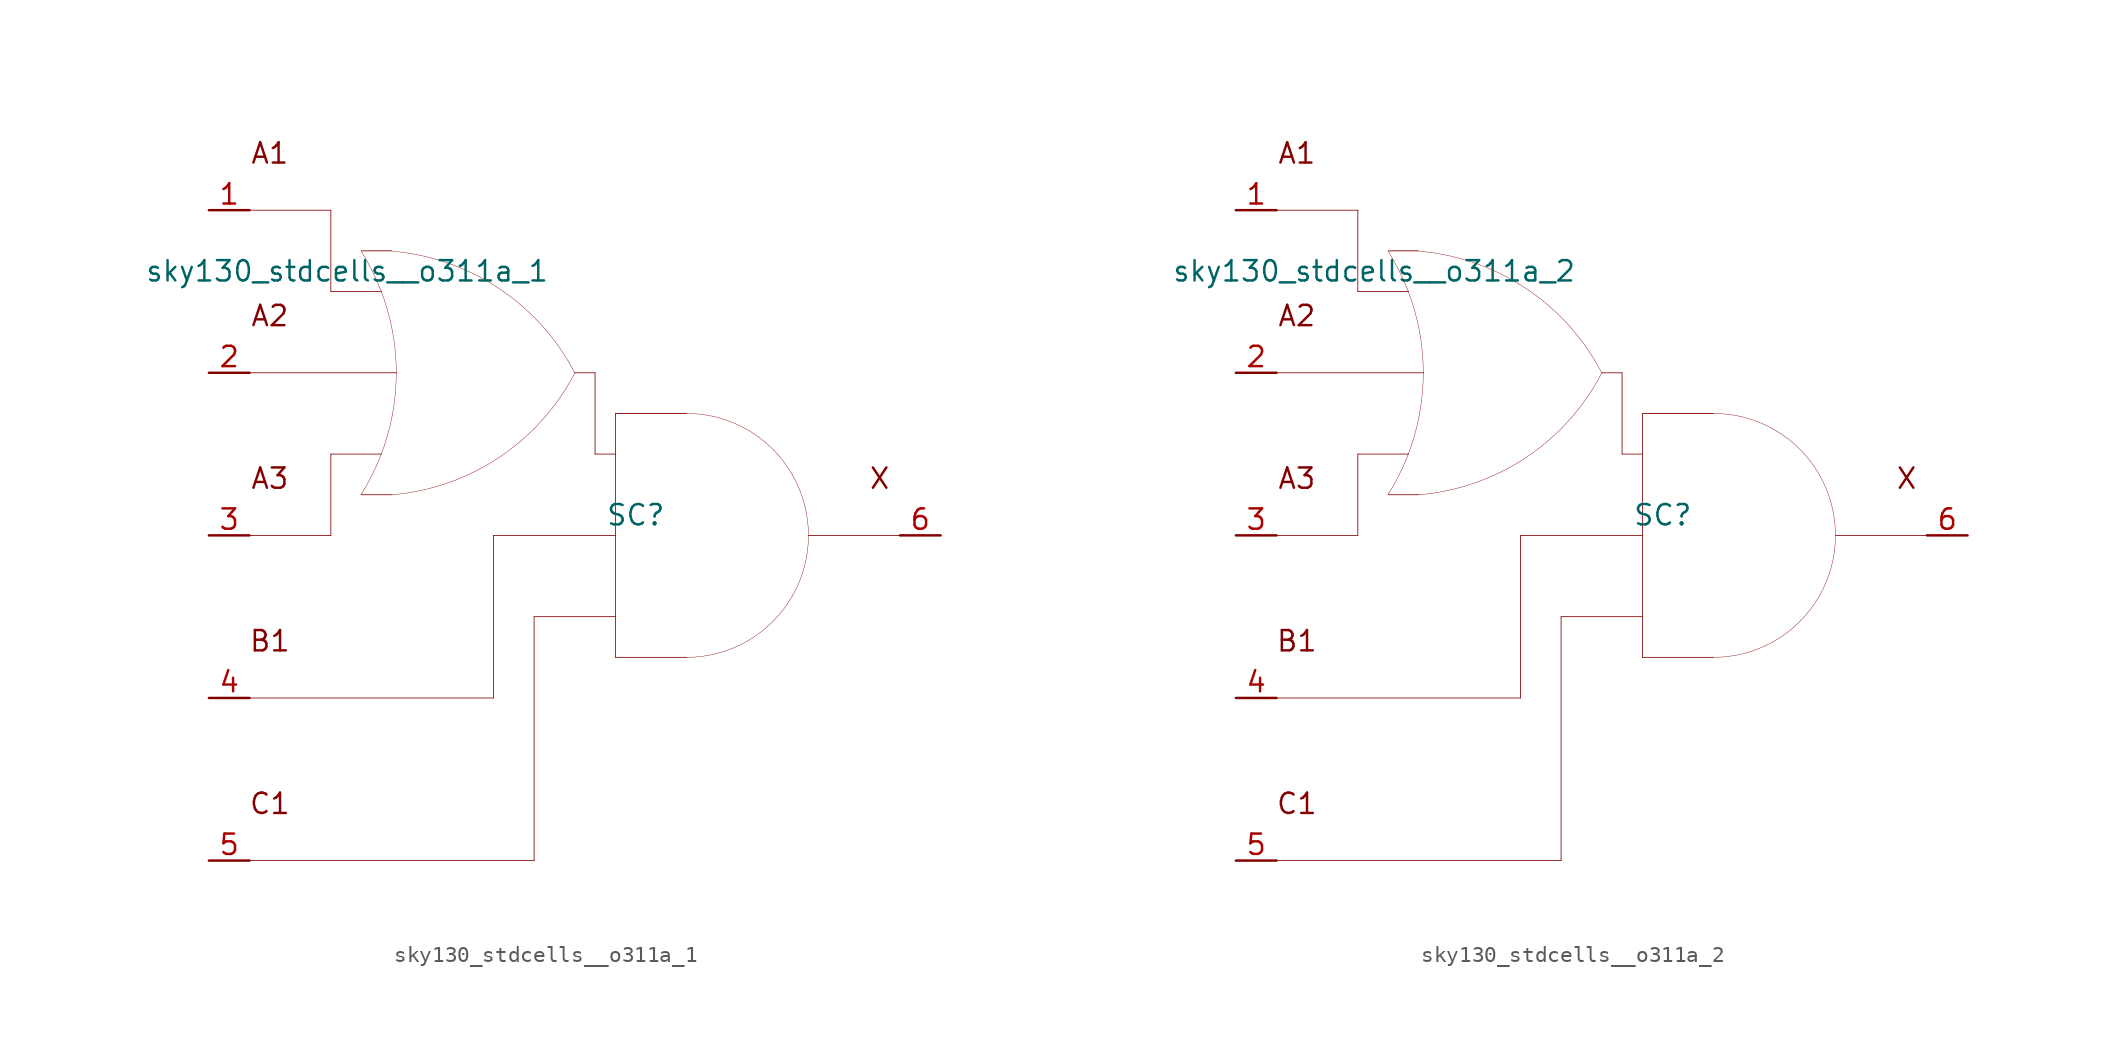
<source format=kicad_sym>
(kicad_symbol_lib
  (version 20211014)
  (generator kicad_symbol_editor)
  (symbol "sky130_stdcells__o311a_1"
    (pin_names hide)
    (property "Reference" "SC"
      (at 3.81 1.27 0)
      (effects (font (size 1.27 1.27))))
    (property "Value" "sky130_stdcells__o311a_1"
      (at -1.575 16.51 0)
      (effects (font (size 1.27 1.27)) (justify right)))
    (symbol "sky130_stdcells__o311a_1_0_0"
      (arc (start -13.3555 2.5458) (mid -12.698 3.702) (end -12.1512 4.9144) (stroke (width 0.0254) (type default) (color 0 0 0 0)) (fill (type none)))
      (arc (start -12.1512 4.9144) (mid -11.7163 6.1845) (end -11.403 7.4899) (stroke (width 0.0254) (type default) (color 0 0 0 0)) (fill (type none)))
      (arc (start -12.133 15.3593) (mid -12.6812 16.5848) (end -13.3423 17.7532) (stroke (width 0.0254) (type default) (color 0 0 0 0)) (fill (type none)))
      (arc (start -11.435 2.5369) (mid -4.741 4.8614) (end -0.0041 10.1316) (stroke (width 0.0254) (type default) (color 0 0 0 0)) (fill (type none)))
      (arc (start -11.403 7.4899) (mid -11.2138 8.819) (end -11.1506 10.16) (stroke (width 0.0254) (type default) (color 0 0 0 0)) (fill (type none)))
      (arc (start -11.3984 12.8056) (mid -11.7061 14.0996) (end -12.133 15.3593) (stroke (width 0.0254) (type default) (color 0 0 0 0)) (fill (type none)))
      (arc (start -11.1506 10.16) (mid -11.2127 11.4886) (end -11.3984 12.8056) (stroke (width 0.0254) (type default) (color 0 0 0 0)) (fill (type none)))
      (polyline (pts (xy -20.32 -20.32) (xy -2.54 -20.32)) (stroke (width 0.051) (type default) (color 0 0 0 0)) (fill (type none)))
      (polyline (pts (xy -20.32 -10.16) (xy -5.08 -10.16)) (stroke (width 0.051) (type default) (color 0 0 0 0)) (fill (type none)))
      (polyline (pts (xy -20.32 0) (xy -15.24 0)) (stroke (width 0.051) (type default) (color 0 0 0 0)) (fill (type none)))
      (polyline (pts (xy -20.32 10.16) (xy -11.125 10.16)) (stroke (width 0.051) (type default) (color 0 0 0 0)) (fill (type none)))
      (polyline (pts (xy -20.32 20.32) (xy -15.24 20.32)) (stroke (width 0.051) (type default) (color 0 0 0 0)) (fill (type none)))
      (polyline (pts (xy -15.24 5.08) (xy -15.24 0)) (stroke (width 0.051) (type default) (color 0 0 0 0)) (fill (type none)))
      (polyline (pts (xy -15.24 5.08) (xy -12.065 5.08)) (stroke (width 0.051) (type default) (color 0 0 0 0)) (fill (type none)))
      (polyline (pts (xy -15.24 15.24) (xy -12.065 15.24)) (stroke (width 0.051) (type default) (color 0 0 0 0)) (fill (type none)))
      (polyline (pts (xy -15.24 20.32) (xy -15.24 15.24)) (stroke (width 0.051) (type default) (color 0 0 0 0)) (fill (type none)))
      (polyline (pts (xy -13.335 2.54) (xy -11.43 2.54)) (stroke (width 0.051) (type default) (color 0 0 0 0)) (fill (type none)))
      (polyline (pts (xy -13.335 17.78) (xy -11.43 17.78)) (stroke (width 0.051) (type default) (color 0 0 0 0)) (fill (type none)))
      (polyline (pts (xy -5.08 0) (xy -5.08 -10.16)) (stroke (width 0.051) (type default) (color 0 0 0 0)) (fill (type none)))
      (polyline (pts (xy -5.08 0) (xy 2.54 0)) (stroke (width 0.051) (type default) (color 0 0 0 0)) (fill (type none)))
      (polyline (pts (xy -2.54 -5.08) (xy -2.54 -20.32)) (stroke (width 0.051) (type default) (color 0 0 0 0)) (fill (type none)))
      (polyline (pts (xy -2.54 -5.08) (xy 2.54 -5.08)) (stroke (width 0.051) (type default) (color 0 0 0 0)) (fill (type none)))
      (polyline (pts (xy 0 10.16) (xy 1.27 10.16)) (stroke (width 0.051) (type default) (color 0 0 0 0)) (fill (type none)))
      (polyline (pts (xy 1.27 5.08) (xy 2.54 5.08)) (stroke (width 0.051) (type default) (color 0 0 0 0)) (fill (type none)))
      (polyline (pts (xy 1.27 10.16) (xy 1.27 5.08)) (stroke (width 0.051) (type default) (color 0 0 0 0)) (fill (type none)))
      (polyline (pts (xy 2.54 -7.62) (xy 6.985 -7.62)) (stroke (width 0.051) (type default) (color 0 0 0 0)) (fill (type none)))
      (polyline (pts (xy 2.54 7.62) (xy 2.54 -7.62)) (stroke (width 0.051) (type default) (color 0 0 0 0)) (fill (type none)))
      (polyline (pts (xy 2.54 7.62) (xy 6.985 7.62)) (stroke (width 0.051) (type default) (color 0 0 0 0)) (fill (type none)))
      (polyline (pts (xy 14.605 0) (xy 20.32 0)) (stroke (width 0.051) (type default) (color 0 0 0 0)) (fill (type none)))
      (arc (start 0.0187 10.119) (mid -4.6998 15.4056) (end -11.3856 17.7535) (stroke (width 0.0254) (type default) (color 0 0 0 0)) (fill (type none)))
      (arc (start 6.985 -7.62) (mid 8.9572 -7.3604) (end 10.795 -6.5991) (stroke (width 0.0254) (type default) (color 0 0 0 0)) (fill (type none)))
      (arc (start 10.795 -6.5991) (mid 12.3731 -5.3881) (end 13.5841 -3.81) (stroke (width 0.0254) (type default) (color 0 0 0 0)) (fill (type none)))
      (arc (start 10.795 6.5991) (mid 8.9572 7.3603) (end 6.985 7.62) (stroke (width 0.0254) (type default) (color 0 0 0 0)) (fill (type none)))
      (arc (start 13.5841 -3.81) (mid 14.3453 -1.9722) (end 14.605 0) (stroke (width 0.0254) (type default) (color 0 0 0 0)) (fill (type none)))
      (arc (start 13.5841 3.81) (mid 12.3731 5.3881) (end 10.795 6.5991) (stroke (width 0.0254) (type default) (color 0 0 0 0)) (fill (type none)))
      (arc (start 14.605 0) (mid 14.3454 1.9722) (end 13.5841 3.81) (stroke (width 0.0254) (type default) (color 0 0 0 0)) (fill (type none)))
      (text "A1" (at -19.05 23.876 0) (effects (font (size 1.27 1.27))))
      (text "A2" (at -19.05 13.716 0) (effects (font (size 1.27 1.27))))
      (text "A3" (at -19.05 3.556 0) (effects (font (size 1.27 1.27))))
      (text "B1" (at -19.05 -6.604 0) (effects (font (size 1.27 1.27))))
      (text "C1" (at -19.05 -16.764 0) (effects (font (size 1.27 1.27))))
      (text "X" (at 19.05 3.556 0) (effects (font (size 1.27 1.27)))))
    (symbol "sky130_stdcells__o311a_1_1_1"
      (pin input line (at -22.86 20.32 0) (length 2.54) (name "A1" (effects (font (size 1.092 1.092)))) (number "1" (effects (font (size 1.27 1.27)))))
      (pin input line (at -22.86 10.16 0) (length 2.54) (name "A2" (effects (font (size 1.092 1.092)))) (number "2" (effects (font (size 1.27 1.27)))))
      (pin input line (at -22.86 0 0) (length 2.54) (name "A3" (effects (font (size 1.092 1.092)))) (number "3" (effects (font (size 1.27 1.27)))))
      (pin input line (at -22.86 -10.16 0) (length 2.54) (name "B1" (effects (font (size 1.092 1.092)))) (number "4" (effects (font (size 1.27 1.27)))))
      (pin input line (at -22.86 -20.32 0) (length 2.54) (name "C1" (effects (font (size 1.092 1.092)))) (number "5" (effects (font (size 1.27 1.27)))))
      (pin output line (at 22.86 0 180) (length 2.54) (name "X" (effects (font (size 1.092 1.092)))) (number "6" (effects (font (size 1.27 1.27)))))))
  (symbol "sky130_stdcells__o311a_2"
    (pin_names hide)
    (property "Reference" "SC"
      (at 3.81 1.27 0)
      (effects (font (size 1.27 1.27))))
    (property "Value" "sky130_stdcells__o311a_2"
      (at -1.575 16.51 0)
      (effects (font (size 1.27 1.27)) (justify right)))
    (symbol "sky130_stdcells__o311a_2_0_0"
      (arc (start -13.3555 2.5458) (mid -12.698 3.702) (end -12.1512 4.9144) (stroke (width 0.0254) (type default) (color 0 0 0 0)) (fill (type none)))
      (arc (start -12.1512 4.9144) (mid -11.7163 6.1845) (end -11.403 7.4899) (stroke (width 0.0254) (type default) (color 0 0 0 0)) (fill (type none)))
      (arc (start -12.133 15.3593) (mid -12.6812 16.5848) (end -13.3423 17.7532) (stroke (width 0.0254) (type default) (color 0 0 0 0)) (fill (type none)))
      (arc (start -11.435 2.5369) (mid -4.741 4.8614) (end -0.0041 10.1316) (stroke (width 0.0254) (type default) (color 0 0 0 0)) (fill (type none)))
      (arc (start -11.403 7.4899) (mid -11.2138 8.819) (end -11.1506 10.16) (stroke (width 0.0254) (type default) (color 0 0 0 0)) (fill (type none)))
      (arc (start -11.3984 12.8056) (mid -11.7061 14.0996) (end -12.133 15.3593) (stroke (width 0.0254) (type default) (color 0 0 0 0)) (fill (type none)))
      (arc (start -11.1506 10.16) (mid -11.2127 11.4886) (end -11.3984 12.8056) (stroke (width 0.0254) (type default) (color 0 0 0 0)) (fill (type none)))
      (polyline (pts (xy -20.32 -20.32) (xy -2.54 -20.32)) (stroke (width 0.051) (type default) (color 0 0 0 0)) (fill (type none)))
      (polyline (pts (xy -20.32 -10.16) (xy -5.08 -10.16)) (stroke (width 0.051) (type default) (color 0 0 0 0)) (fill (type none)))
      (polyline (pts (xy -20.32 0) (xy -15.24 0)) (stroke (width 0.051) (type default) (color 0 0 0 0)) (fill (type none)))
      (polyline (pts (xy -20.32 10.16) (xy -11.125 10.16)) (stroke (width 0.051) (type default) (color 0 0 0 0)) (fill (type none)))
      (polyline (pts (xy -20.32 20.32) (xy -15.24 20.32)) (stroke (width 0.051) (type default) (color 0 0 0 0)) (fill (type none)))
      (polyline (pts (xy -15.24 5.08) (xy -15.24 0)) (stroke (width 0.051) (type default) (color 0 0 0 0)) (fill (type none)))
      (polyline (pts (xy -15.24 5.08) (xy -12.065 5.08)) (stroke (width 0.051) (type default) (color 0 0 0 0)) (fill (type none)))
      (polyline (pts (xy -15.24 15.24) (xy -12.065 15.24)) (stroke (width 0.051) (type default) (color 0 0 0 0)) (fill (type none)))
      (polyline (pts (xy -15.24 20.32) (xy -15.24 15.24)) (stroke (width 0.051) (type default) (color 0 0 0 0)) (fill (type none)))
      (polyline (pts (xy -13.335 2.54) (xy -11.43 2.54)) (stroke (width 0.051) (type default) (color 0 0 0 0)) (fill (type none)))
      (polyline (pts (xy -13.335 17.78) (xy -11.43 17.78)) (stroke (width 0.051) (type default) (color 0 0 0 0)) (fill (type none)))
      (polyline (pts (xy -5.08 0) (xy -5.08 -10.16)) (stroke (width 0.051) (type default) (color 0 0 0 0)) (fill (type none)))
      (polyline (pts (xy -5.08 0) (xy 2.54 0)) (stroke (width 0.051) (type default) (color 0 0 0 0)) (fill (type none)))
      (polyline (pts (xy -2.54 -5.08) (xy -2.54 -20.32)) (stroke (width 0.051) (type default) (color 0 0 0 0)) (fill (type none)))
      (polyline (pts (xy -2.54 -5.08) (xy 2.54 -5.08)) (stroke (width 0.051) (type default) (color 0 0 0 0)) (fill (type none)))
      (polyline (pts (xy 0 10.16) (xy 1.27 10.16)) (stroke (width 0.051) (type default) (color 0 0 0 0)) (fill (type none)))
      (polyline (pts (xy 1.27 5.08) (xy 2.54 5.08)) (stroke (width 0.051) (type default) (color 0 0 0 0)) (fill (type none)))
      (polyline (pts (xy 1.27 10.16) (xy 1.27 5.08)) (stroke (width 0.051) (type default) (color 0 0 0 0)) (fill (type none)))
      (polyline (pts (xy 2.54 -7.62) (xy 6.985 -7.62)) (stroke (width 0.051) (type default) (color 0 0 0 0)) (fill (type none)))
      (polyline (pts (xy 2.54 7.62) (xy 2.54 -7.62)) (stroke (width 0.051) (type default) (color 0 0 0 0)) (fill (type none)))
      (polyline (pts (xy 2.54 7.62) (xy 6.985 7.62)) (stroke (width 0.051) (type default) (color 0 0 0 0)) (fill (type none)))
      (polyline (pts (xy 14.605 0) (xy 20.32 0)) (stroke (width 0.051) (type default) (color 0 0 0 0)) (fill (type none)))
      (arc (start 0.0187 10.119) (mid -4.6998 15.4056) (end -11.3856 17.7535) (stroke (width 0.0254) (type default) (color 0 0 0 0)) (fill (type none)))
      (arc (start 6.985 -7.62) (mid 8.9572 -7.3604) (end 10.795 -6.5991) (stroke (width 0.0254) (type default) (color 0 0 0 0)) (fill (type none)))
      (arc (start 10.795 -6.5991) (mid 12.3731 -5.3881) (end 13.5841 -3.81) (stroke (width 0.0254) (type default) (color 0 0 0 0)) (fill (type none)))
      (arc (start 10.795 6.5991) (mid 8.9572 7.3603) (end 6.985 7.62) (stroke (width 0.0254) (type default) (color 0 0 0 0)) (fill (type none)))
      (arc (start 13.5841 -3.81) (mid 14.3453 -1.9722) (end 14.605 0) (stroke (width 0.0254) (type default) (color 0 0 0 0)) (fill (type none)))
      (arc (start 13.5841 3.81) (mid 12.3731 5.3881) (end 10.795 6.5991) (stroke (width 0.0254) (type default) (color 0 0 0 0)) (fill (type none)))
      (arc (start 14.605 0) (mid 14.3454 1.9722) (end 13.5841 3.81) (stroke (width 0.0254) (type default) (color 0 0 0 0)) (fill (type none)))
      (text "A1" (at -19.05 23.876 0) (effects (font (size 1.27 1.27))))
      (text "A2" (at -19.05 13.716 0) (effects (font (size 1.27 1.27))))
      (text "A3" (at -19.05 3.556 0) (effects (font (size 1.27 1.27))))
      (text "B1" (at -19.05 -6.604 0) (effects (font (size 1.27 1.27))))
      (text "C1" (at -19.05 -16.764 0) (effects (font (size 1.27 1.27))))
      (text "X" (at 19.05 3.556 0) (effects (font (size 1.27 1.27)))))
    (symbol "sky130_stdcells__o311a_2_1_1"
      (pin input line (at -22.86 20.32 0) (length 2.54) (name "A1" (effects (font (size 1.092 1.092)))) (number "1" (effects (font (size 1.27 1.27)))))
      (pin input line (at -22.86 10.16 0) (length 2.54) (name "A2" (effects (font (size 1.092 1.092)))) (number "2" (effects (font (size 1.27 1.27)))))
      (pin input line (at -22.86 0 0) (length 2.54) (name "A3" (effects (font (size 1.092 1.092)))) (number "3" (effects (font (size 1.27 1.27)))))
      (pin input line (at -22.86 -10.16 0) (length 2.54) (name "B1" (effects (font (size 1.092 1.092)))) (number "4" (effects (font (size 1.27 1.27)))))
      (pin input line (at -22.86 -20.32 0) (length 2.54) (name "C1" (effects (font (size 1.092 1.092)))) (number "5" (effects (font (size 1.27 1.27)))))
      (pin output line (at 22.86 0 180) (length 2.54) (name "X" (effects (font (size 1.092 1.092)))) (number "6" (effects (font (size 1.27 1.27))))))))
</source>
